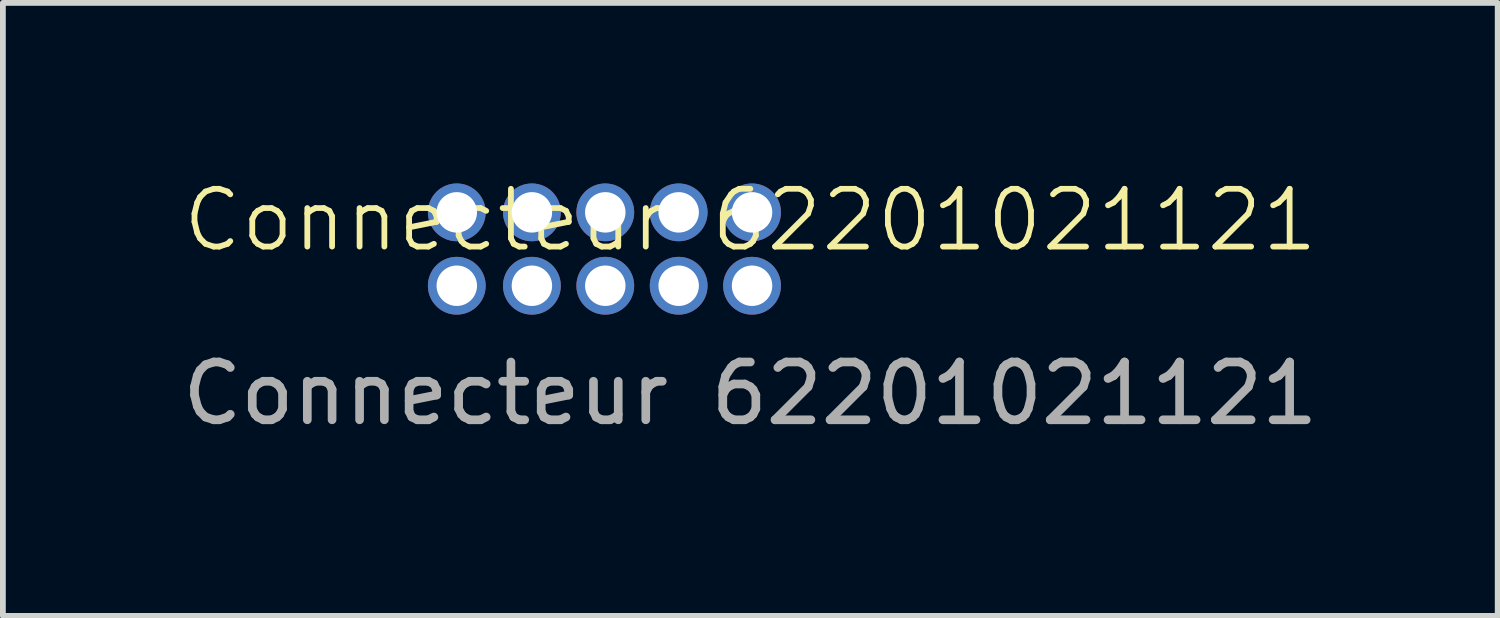
<source format=kicad_pcb>
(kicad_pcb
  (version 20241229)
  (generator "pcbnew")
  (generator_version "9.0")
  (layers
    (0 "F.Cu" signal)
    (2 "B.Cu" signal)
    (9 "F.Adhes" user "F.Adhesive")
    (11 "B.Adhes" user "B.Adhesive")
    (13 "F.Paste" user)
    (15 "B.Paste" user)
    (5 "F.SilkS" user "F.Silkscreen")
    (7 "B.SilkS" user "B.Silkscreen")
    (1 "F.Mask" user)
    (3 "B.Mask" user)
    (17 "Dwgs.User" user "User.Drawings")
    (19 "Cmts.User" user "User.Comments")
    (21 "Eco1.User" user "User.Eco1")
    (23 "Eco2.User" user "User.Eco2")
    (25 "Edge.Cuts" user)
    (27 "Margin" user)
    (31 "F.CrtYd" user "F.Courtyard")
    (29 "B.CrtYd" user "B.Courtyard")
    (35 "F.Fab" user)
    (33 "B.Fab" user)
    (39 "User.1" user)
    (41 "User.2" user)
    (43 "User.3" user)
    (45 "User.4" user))
  (footprint "Connecteur 62201021121"
    (layer "F.Cu")
    (at 9.935 1.26)
    (property "Reference" "Connecteur 62201021121" (at 0 -0.5 0) (unlocked yes) (layer "F.SilkS") (effects (font (size 1 1) (thickness 0.1))))
    (attr through_hole)
    (fp_text user "${REFERENCE}" (at 0 2.5 0) (unlocked yes) (layer "F.Fab") (effects (font (size 1 1) (thickness 0.15))))
    (pad "1" thru_hole circle (at -5.08 0.635) (size 1 1) (drill 0.7) (layers "*.Cu" "*.Mask"))
    (pad "2" thru_hole circle (at -5.08 -0.635) (size 1 1) (drill 0.7) (layers "*.Cu" "*.Mask"))
    (pad "3" thru_hole circle (at -3.78 0.635) (size 1 1) (drill 0.7) (layers "*.Cu" "*.Mask"))
    (pad "4" thru_hole circle (at -3.78 -0.635) (size 1 1) (drill 0.7) (layers "*.Cu" "*.Mask"))
    (pad "5" thru_hole circle (at -2.51 0.635) (size 1 1) (drill 0.7) (layers "*.Cu" "*.Mask"))
    (pad "6" thru_hole circle (at -2.51 -0.635) (size 1 1) (drill 0.7) (layers "*.Cu" "*.Mask"))
    (pad "7" thru_hole circle (at -1.24 0.635) (size 1 1) (drill 0.7) (layers "*.Cu" "*.Mask"))
    (pad "8" thru_hole circle (at -1.24 -0.635) (size 1 1) (drill 0.7) (layers "*.Cu" "*.Mask"))
    (pad "9" thru_hole circle (at 0.03 0.635) (size 1 1) (drill 0.7) (layers "*.Cu" "*.Mask"))
    (pad "10" thru_hole circle (at 0.03 -0.635) (size 1 1) (drill 0.7) (layers "*.Cu" "*.Mask")))
  (gr_rect
    (start -3 -3)
    (end 22.869 7.609)
    (stroke (width 0.1) (type default))
    (fill no)
    (layer "Edge.Cuts")))
</source>
